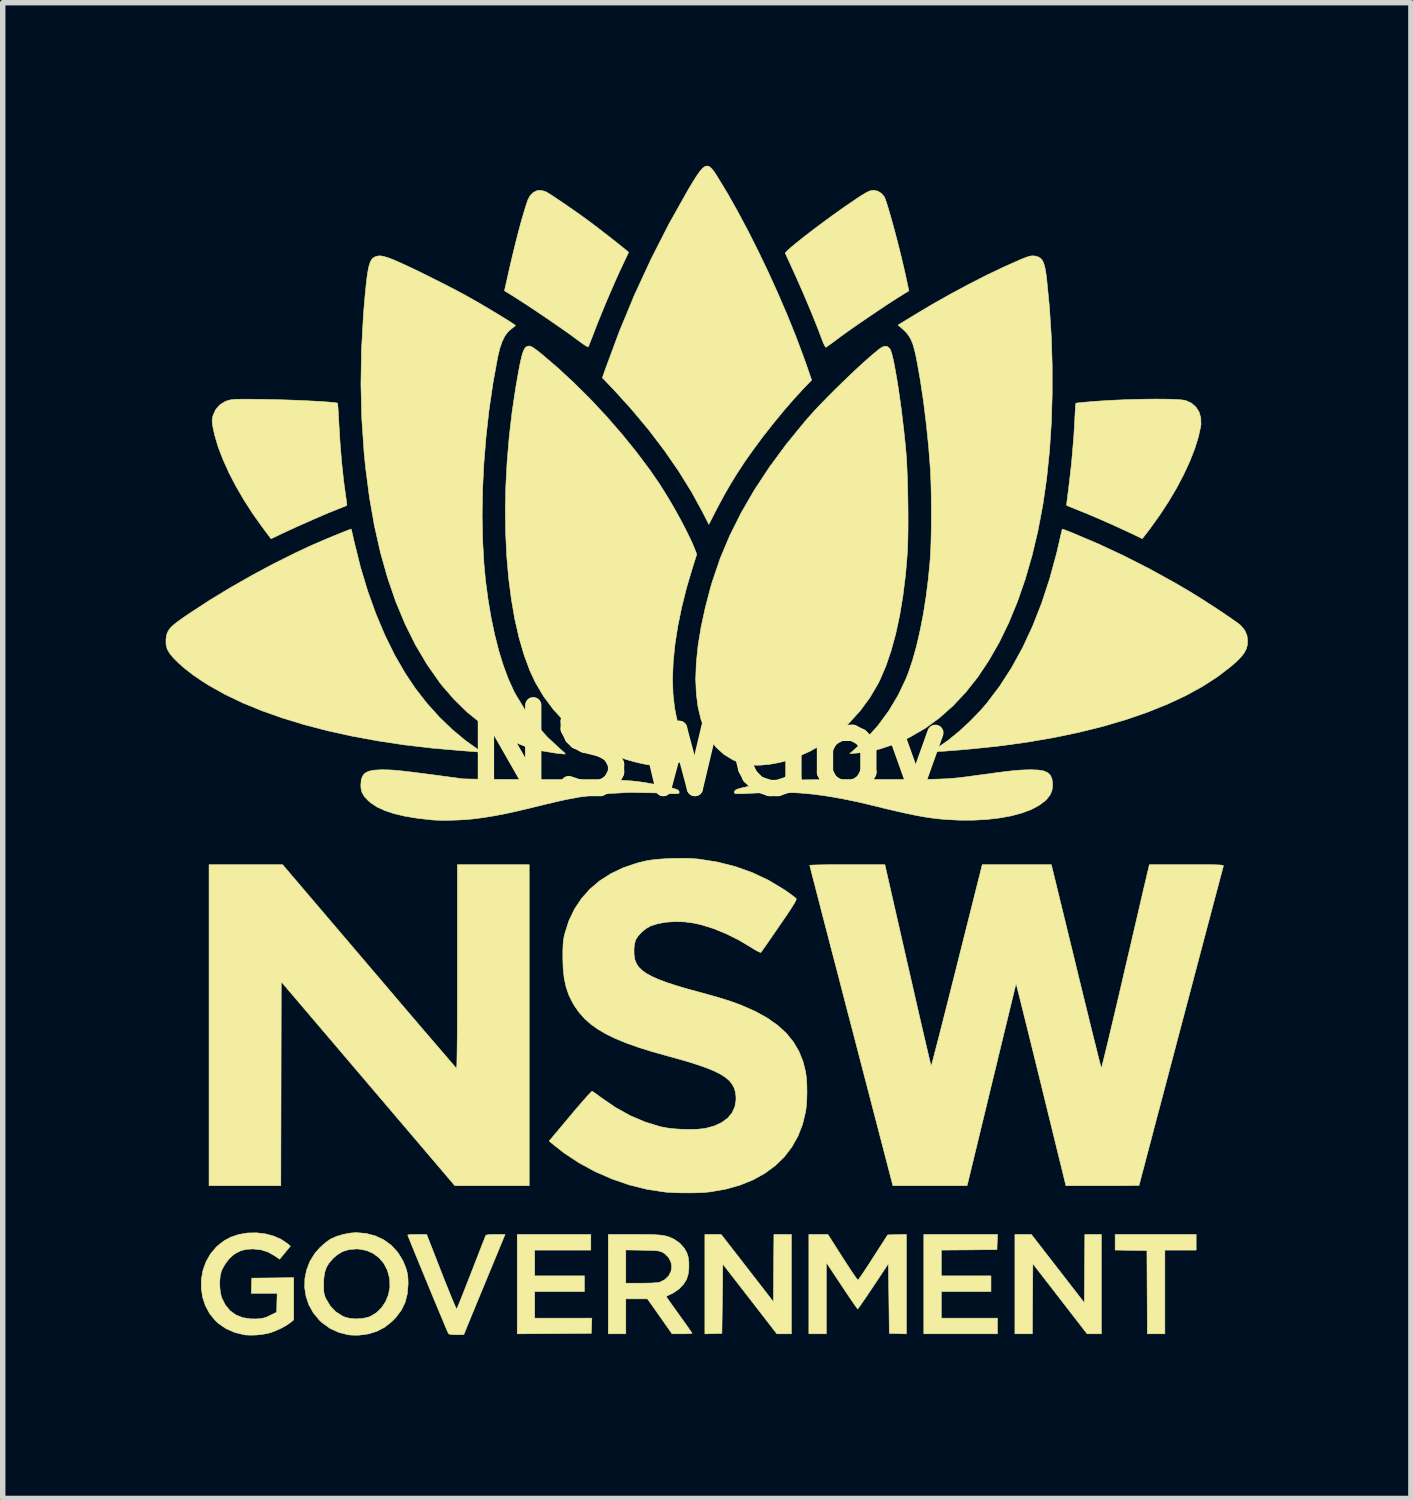
<source format=kicad_pcb>
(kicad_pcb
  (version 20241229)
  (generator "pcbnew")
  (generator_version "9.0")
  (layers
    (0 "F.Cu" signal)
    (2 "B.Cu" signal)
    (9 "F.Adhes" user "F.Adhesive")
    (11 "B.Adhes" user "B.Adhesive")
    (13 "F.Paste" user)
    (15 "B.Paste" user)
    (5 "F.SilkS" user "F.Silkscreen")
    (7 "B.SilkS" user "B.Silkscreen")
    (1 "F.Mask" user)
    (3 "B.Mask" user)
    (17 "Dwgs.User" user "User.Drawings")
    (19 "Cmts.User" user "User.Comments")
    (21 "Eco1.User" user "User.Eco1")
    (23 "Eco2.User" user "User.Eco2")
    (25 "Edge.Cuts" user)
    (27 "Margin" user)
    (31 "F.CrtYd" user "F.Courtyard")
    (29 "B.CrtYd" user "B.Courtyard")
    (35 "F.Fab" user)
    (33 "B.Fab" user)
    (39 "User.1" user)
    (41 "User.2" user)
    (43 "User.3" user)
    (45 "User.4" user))
  (footprint "NSWGov"
    (layer "F.Cu")
    (at 9.959 10.766)
    (property "Reference" "NSWGov" (at 0 0 0) (layer "F.SilkS") (effects (font (size 1.524 1.524) (thickness 0.3))))
    (attr through_hole)
    (fp_poly (pts (xy 9.009 9.195) (xy 8.433 9.195) (xy 8.433 10.736) (xy 8.111 10.736) (xy 8.107 9.97) (xy 8.103 9.203) (xy 7.811 9.199) (xy 7.518 9.194) (xy 7.518 8.907) (xy 9.009 8.907) (xy 9.009 9.195)) (stroke (width 0.01) (type solid)) (fill yes) (layer "F.SilkS"))
    (fp_poly (pts (xy -2.134 9.195) (xy -3.167 9.195) (xy -3.167 9.669) (xy -2.252 9.669) (xy -2.252 9.957) (xy -3.167 9.957) (xy -3.167 10.448) (xy -2.115 10.448) (xy -2.125 10.727) (xy -2.807 10.732) (xy -3.488 10.736) (xy -3.488 8.907) (xy -2.134 8.907) (xy -2.134 9.195)) (stroke (width 0.01) (type solid)) (fill yes) (layer "F.SilkS"))
    (fp_poly (pts (xy 5.342 9.186) (xy 4.83 9.191) (xy 4.318 9.195) (xy 4.318 9.669) (xy 5.232 9.669) (xy 5.232 9.957) (xy 4.318 9.957) (xy 4.318 10.448) (xy 5.351 10.448) (xy 5.351 10.736) (xy 3.996 10.736) (xy 3.996 8.907) (xy 5.352 8.907) (xy 5.342 9.186)) (stroke (width 0.01) (type solid)) (fill yes) (layer "F.SilkS"))
    (fp_poly (pts (xy 6.463 9.536) (xy 6.951 10.166) (xy 6.956 9.536) (xy 6.96 8.907) (xy 7.264 8.907) (xy 7.264 10.736) (xy 7.002 10.736) (xy 6.502 10.09) (xy 6.003 9.445) (xy 5.998 10.09) (xy 5.994 10.736) (xy 5.673 10.736) (xy 5.673 8.907) (xy 5.975 8.907) (xy 6.463 9.536)) (stroke (width 0.01) (type solid)) (fill yes) (layer "F.SilkS"))
    (fp_poly (pts (xy 0.747 9.527) (xy 1.228 10.148) (xy 1.232 9.527) (xy 1.237 8.907) (xy 1.558 8.907) (xy 1.558 10.736) (xy 1.291 10.736) (xy 0.794 10.094) (xy 0.296 9.452) (xy 0.288 10.089) (xy 0.279 10.727) (xy 0.123 10.732) (xy -0.034 10.737) (xy -0.034 8.907) (xy 0.265 8.907) (xy 0.747 9.527)) (stroke (width 0.01) (type solid)) (fill yes) (layer "F.SilkS"))
    (fp_poly (pts (xy -6.215 3.97) (xy -6.029 4.188) (xy -5.85 4.398) (xy -5.678 4.601) (xy -5.514 4.793) (xy -5.359 4.974) (xy -5.216 5.142) (xy -5.084 5.295) (xy -4.966 5.433) (xy -4.862 5.554) (xy -4.774 5.656) (xy -4.704 5.739) (xy -4.651 5.799) (xy -4.618 5.837) (xy -4.606 5.851) (xy -4.603 5.836) (xy -4.6 5.787) (xy -4.598 5.706) (xy -4.596 5.592) (xy -4.594 5.446) (xy -4.592 5.268) (xy -4.591 5.059) (xy -4.59 4.82) (xy -4.589 4.55) (xy -4.589 4.251) (xy -4.589 3.98) (xy -4.589 2.1) (xy -3.268 2.1) (xy -3.268 8.009) (xy -4.636 8.009) (xy -6.234 6.132) (xy -7.832 4.255) (xy -7.836 6.132) (xy -7.84 8.009) (xy -9.161 8.009) (xy -9.161 2.1) (xy -7.808 2.1) (xy -6.215 3.97)) (stroke (width 0.01) (type solid)) (fill yes) (layer "F.SilkS"))
    (fp_poly (pts (xy 3.675 10.737) (xy 3.518 10.732) (xy 3.361 10.727) (xy 3.353 10.086) (xy 3.344 9.444) (xy 3.067 9.861) (xy 2.996 9.966) (xy 2.932 10.062) (xy 2.875 10.144) (xy 2.83 10.21) (xy 2.797 10.255) (xy 2.78 10.277) (xy 2.779 10.278) (xy 2.767 10.264) (xy 2.739 10.226) (xy 2.698 10.166) (xy 2.644 10.088) (xy 2.582 9.996) (xy 2.513 9.893) (xy 2.485 9.851) (xy 2.201 9.423) (xy 2.201 10.08) (xy 2.201 10.736) (xy 1.88 10.736) (xy 1.88 8.907) (xy 2.23 8.907) (xy 2.499 9.329) (xy 2.568 9.436) (xy 2.631 9.532) (xy 2.686 9.615) (xy 2.731 9.681) (xy 2.764 9.726) (xy 2.782 9.747) (xy 2.784 9.748) (xy 2.797 9.733) (xy 2.825 9.693) (xy 2.867 9.632) (xy 2.92 9.553) (xy 2.981 9.46) (xy 3.048 9.356) (xy 3.065 9.329) (xy 3.332 8.915) (xy 3.503 8.911) (xy 3.675 8.906) (xy 3.675 10.737)) (stroke (width 0.01) (type solid)) (fill yes) (layer "F.SilkS"))
    (fp_poly (pts (xy 0.051 -10.747) (xy 0.092 -10.711) (xy 0.137 -10.654) (xy 0.187 -10.578) (xy 0.191 -10.571) (xy 0.379 -10.262) (xy 0.569 -9.924) (xy 0.761 -9.564) (xy 0.95 -9.188) (xy 1.136 -8.8) (xy 1.314 -8.407) (xy 1.483 -8.014) (xy 1.64 -7.626) (xy 1.781 -7.249) (xy 1.844 -7.072) (xy 1.931 -6.82) (xy 1.783 -6.666) (xy 1.601 -6.468) (xy 1.411 -6.248) (xy 1.219 -6.014) (xy 1.032 -5.776) (xy 0.857 -5.54) (xy 0.699 -5.316) (xy 0.681 -5.288) (xy 0.549 -5.087) (xy 0.433 -4.898) (xy 0.324 -4.708) (xy 0.214 -4.504) (xy 0.185 -4.448) (xy 0.039 -4.164) (xy -0.071 -4.381) (xy -0.277 -4.758) (xy -0.514 -5.14) (xy -0.778 -5.523) (xy -1.069 -5.905) (xy -1.383 -6.281) (xy -1.718 -6.65) (xy -1.745 -6.678) (xy -1.921 -6.862) (xy -1.864 -7.025) (xy -1.611 -7.708) (xy -1.331 -8.384) (xy -1.025 -9.046) (xy -0.697 -9.69) (xy -0.349 -10.31) (xy -0.343 -10.321) (xy -0.258 -10.462) (xy -0.187 -10.575) (xy -0.127 -10.66) (xy -0.076 -10.719) (xy -0.031 -10.752) (xy 0.011 -10.761) (xy 0.051 -10.747)) (stroke (width 0.01) (type solid)) (fill yes) (layer "F.SilkS"))
    (fp_poly (pts (xy 8.4 -6.469) (xy 8.538 -6.467) (xy 8.655 -6.462) (xy 8.746 -6.455) (xy 8.809 -6.445) (xy 8.821 -6.442) (xy 8.923 -6.395) (xy 9.004 -6.324) (xy 9.062 -6.234) (xy 9.094 -6.127) (xy 9.098 -6.008) (xy 9.094 -5.973) (xy 9.05 -5.772) (xy 8.982 -5.554) (xy 8.891 -5.322) (xy 8.779 -5.08) (xy 8.648 -4.831) (xy 8.499 -4.579) (xy 8.334 -4.328) (xy 8.156 -4.08) (xy 8.104 -4.012) (xy 8.017 -3.901) (xy 7.806 -4.002) (xy 7.544 -4.123) (xy 7.282 -4.24) (xy 7.03 -4.348) (xy 6.875 -4.411) (xy 6.791 -4.445) (xy 6.718 -4.475) (xy 6.663 -4.497) (xy 6.631 -4.511) (xy 6.625 -4.513) (xy 6.625 -4.53) (xy 6.63 -4.576) (xy 6.638 -4.644) (xy 6.649 -4.73) (xy 6.662 -4.828) (xy 6.662 -4.828) (xy 6.715 -5.286) (xy 6.756 -5.768) (xy 6.773 -6.06) (xy 6.778 -6.162) (xy 6.783 -6.251) (xy 6.788 -6.323) (xy 6.792 -6.372) (xy 6.794 -6.393) (xy 6.794 -6.393) (xy 6.812 -6.397) (xy 6.857 -6.402) (xy 6.922 -6.409) (xy 7 -6.416) (xy 7.002 -6.416) (xy 7.169 -6.43) (xy 7.346 -6.441) (xy 7.529 -6.451) (xy 7.714 -6.459) (xy 7.898 -6.464) (xy 8.076 -6.468) (xy 8.245 -6.47) (xy 8.4 -6.469)) (stroke (width 0.01) (type solid)) (fill yes) (layer "F.SilkS"))
    (fp_poly (pts (xy -8.409 -6.468) (xy -8.278 -6.466) (xy -8.118 -6.464) (xy -8.086 -6.463) (xy -7.941 -6.46) (xy -7.789 -6.456) (xy -7.636 -6.451) (xy -7.484 -6.445) (xy -7.338 -6.438) (xy -7.202 -6.431) (xy -7.079 -6.424) (xy -6.973 -6.416) (xy -6.888 -6.409) (xy -6.829 -6.402) (xy -6.798 -6.396) (xy -6.795 -6.395) (xy -6.793 -6.377) (xy -6.789 -6.33) (xy -6.784 -6.26) (xy -6.779 -6.171) (xy -6.774 -6.07) (xy -6.773 -6.052) (xy -6.749 -5.658) (xy -6.719 -5.293) (xy -6.682 -4.951) (xy -6.645 -4.684) (xy -6.635 -4.613) (xy -6.628 -4.556) (xy -6.625 -4.521) (xy -6.625 -4.513) (xy -6.641 -4.505) (xy -6.683 -4.488) (xy -6.745 -4.463) (xy -6.82 -4.433) (xy -6.833 -4.428) (xy -6.945 -4.383) (xy -7.08 -4.326) (xy -7.231 -4.26) (xy -7.39 -4.19) (xy -7.55 -4.119) (xy -7.703 -4.049) (xy -7.824 -3.992) (xy -8.02 -3.899) (xy -8.177 -4.109) (xy -8.355 -4.358) (xy -8.518 -4.612) (xy -8.666 -4.866) (xy -8.796 -5.117) (xy -8.905 -5.36) (xy -8.994 -5.592) (xy -9.058 -5.809) (xy -9.085 -5.931) (xy -9.098 -6.005) (xy -9.103 -6.058) (xy -9.102 -6.1) (xy -9.094 -6.142) (xy -9.085 -6.174) (xy -9.038 -6.277) (xy -8.965 -6.361) (xy -8.87 -6.422) (xy -8.811 -6.445) (xy -8.782 -6.452) (xy -8.75 -6.458) (xy -8.711 -6.462) (xy -8.661 -6.466) (xy -8.596 -6.467) (xy -8.513 -6.468) (xy -8.409 -6.468)) (stroke (width 0.01) (type solid)) (fill yes) (layer "F.SilkS"))
    (fp_poly (pts (xy -3.02 -10.305) (xy -2.963 -10.287) (xy -2.958 -10.285) (xy -2.918 -10.262) (xy -2.855 -10.222) (xy -2.774 -10.168) (xy -2.68 -10.105) (xy -2.576 -10.034) (xy -2.468 -9.959) (xy -2.361 -9.884) (xy -2.259 -9.811) (xy -2.166 -9.743) (xy -2.151 -9.732) (xy -2.081 -9.679) (xy -2 -9.618) (xy -1.913 -9.55) (xy -1.822 -9.48) (xy -1.733 -9.41) (xy -1.649 -9.344) (xy -1.574 -9.284) (xy -1.511 -9.233) (xy -1.466 -9.196) (xy -1.442 -9.175) (xy -1.439 -9.171) (xy -1.446 -9.155) (xy -1.465 -9.114) (xy -1.494 -9.053) (xy -1.53 -8.977) (xy -1.549 -8.936) (xy -1.618 -8.789) (xy -1.694 -8.619) (xy -1.774 -8.435) (xy -1.856 -8.243) (xy -1.934 -8.054) (xy -2.007 -7.875) (xy -2.066 -7.722) (xy -2.101 -7.63) (xy -2.133 -7.55) (xy -2.158 -7.487) (xy -2.176 -7.445) (xy -2.183 -7.43) (xy -2.199 -7.436) (xy -2.238 -7.459) (xy -2.294 -7.497) (xy -2.363 -7.547) (xy -2.43 -7.597) (xy -2.513 -7.658) (xy -2.619 -7.733) (xy -2.743 -7.819) (xy -2.878 -7.912) (xy -3.02 -8.009) (xy -3.163 -8.105) (xy -3.302 -8.197) (xy -3.43 -8.28) (xy -3.543 -8.353) (xy -3.595 -8.385) (xy -3.723 -8.464) (xy -3.697 -8.58) (xy -3.637 -8.846) (xy -3.578 -9.1) (xy -3.52 -9.338) (xy -3.464 -9.557) (xy -3.411 -9.753) (xy -3.361 -9.924) (xy -3.316 -10.067) (xy -3.292 -10.138) (xy -3.25 -10.215) (xy -3.192 -10.273) (xy -3.123 -10.307) (xy -3.08 -10.312) (xy -3.02 -10.305)) (stroke (width 0.01) (type solid)) (fill yes) (layer "F.SilkS"))
    (fp_poly (pts (xy 6.56 -4.072) (xy 6.601 -4.058) (xy 6.661 -4.035) (xy 6.732 -4.006) (xy 7.205 -3.806) (xy 7.686 -3.581) (xy 8.168 -3.335) (xy 8.642 -3.073) (xy 8.865 -2.942) (xy 8.969 -2.879) (xy 9.083 -2.808) (xy 9.203 -2.731) (xy 9.324 -2.653) (xy 9.442 -2.575) (xy 9.552 -2.501) (xy 9.651 -2.434) (xy 9.733 -2.376) (xy 9.795 -2.331) (xy 9.828 -2.304) (xy 9.902 -2.216) (xy 9.945 -2.116) (xy 9.956 -2.019) (xy 9.951 -1.941) (xy 9.93 -1.868) (xy 9.893 -1.797) (xy 9.835 -1.723) (xy 9.754 -1.641) (xy 9.647 -1.547) (xy 9.399 -1.357) (xy 9.121 -1.178) (xy 8.812 -1.009) (xy 8.474 -0.851) (xy 8.109 -0.705) (xy 7.717 -0.57) (xy 7.3 -0.447) (xy 6.858 -0.337) (xy 6.394 -0.24) (xy 5.907 -0.156) (xy 5.461 -0.094) (xy 5.341 -0.079) (xy 5.207 -0.065) (xy 5.063 -0.05) (xy 4.914 -0.035) (xy 4.767 -0.021) (xy 4.626 -0.009) (xy 4.497 0.001) (xy 4.386 0.01) (xy 4.297 0.015) (xy 4.236 0.017) (xy 4.235 0.017) (xy 4.143 0.017) (xy 4.251 -0.053) (xy 4.448 -0.191) (xy 4.648 -0.355) (xy 4.845 -0.536) (xy 5.031 -0.728) (xy 5.156 -0.872) (xy 5.393 -1.185) (xy 5.613 -1.527) (xy 5.816 -1.896) (xy 6 -2.293) (xy 6.166 -2.715) (xy 6.313 -3.164) (xy 6.442 -3.637) (xy 6.486 -3.828) (xy 6.506 -3.914) (xy 6.523 -3.987) (xy 6.536 -4.042) (xy 6.543 -4.073) (xy 6.544 -4.077) (xy 6.56 -4.072)) (stroke (width 0.01) (type solid)) (fill yes) (layer "F.SilkS"))
    (fp_poly (pts (xy -4.885 9.6) (xy -4.829 9.744) (xy -4.775 9.877) (xy -4.727 9.997) (xy -4.685 10.1) (xy -4.65 10.183) (xy -4.624 10.242) (xy -4.607 10.276) (xy -4.603 10.282) (xy -4.594 10.264) (xy -4.575 10.218) (xy -4.546 10.147) (xy -4.509 10.054) (xy -4.465 9.944) (xy -4.416 9.818) (xy -4.362 9.681) (xy -4.334 9.61) (xy -4.279 9.468) (xy -4.227 9.335) (xy -4.181 9.216) (xy -4.141 9.112) (xy -4.108 9.029) (xy -4.084 8.968) (xy -4.071 8.934) (xy -4.069 8.928) (xy -4.052 8.917) (xy -4.009 8.911) (xy -3.938 8.907) (xy -3.886 8.907) (xy -3.712 8.907) (xy -4.091 9.825) (xy -4.16 9.991) (xy -4.225 10.148) (xy -4.284 10.293) (xy -4.338 10.422) (xy -4.383 10.534) (xy -4.421 10.625) (xy -4.448 10.693) (xy -4.465 10.735) (xy -4.47 10.748) (xy -4.486 10.75) (xy -4.527 10.752) (xy -4.586 10.753) (xy -4.604 10.753) (xy -4.685 10.75) (xy -4.736 10.741) (xy -4.753 10.732) (xy -4.762 10.713) (xy -4.783 10.667) (xy -4.813 10.596) (xy -4.851 10.504) (xy -4.897 10.395) (xy -4.949 10.271) (xy -5.005 10.137) (xy -5.064 9.995) (xy -5.124 9.849) (xy -5.184 9.703) (xy -5.243 9.56) (xy -5.3 9.422) (xy -5.352 9.295) (xy -5.399 9.18) (xy -5.439 9.082) (xy -5.47 9.004) (xy -5.492 8.949) (xy -5.503 8.92) (xy -5.503 8.917) (xy -5.488 8.913) (xy -5.445 8.91) (xy -5.383 8.907) (xy -5.33 8.907) (xy -5.156 8.907) (xy -4.885 9.6)) (stroke (width 0.01) (type solid)) (fill yes) (layer "F.SilkS"))
    (fp_poly (pts (xy 3.15 -10.297) (xy 3.215 -10.256) (xy 3.266 -10.198) (xy 3.27 -10.19) (xy 3.288 -10.148) (xy 3.312 -10.077) (xy 3.342 -9.981) (xy 3.376 -9.865) (xy 3.413 -9.733) (xy 3.453 -9.589) (xy 3.493 -9.436) (xy 3.533 -9.28) (xy 3.572 -9.124) (xy 3.608 -8.973) (xy 3.641 -8.831) (xy 3.664 -8.728) (xy 3.721 -8.462) (xy 3.62 -8.401) (xy 3.529 -8.344) (xy 3.417 -8.272) (xy 3.289 -8.189) (xy 3.152 -8.097) (xy 3.01 -8.002) (xy 2.87 -7.906) (xy 2.737 -7.815) (xy 2.618 -7.731) (xy 2.517 -7.659) (xy 2.464 -7.62) (xy 2.383 -7.56) (xy 2.311 -7.506) (xy 2.252 -7.464) (xy 2.211 -7.435) (xy 2.193 -7.423) (xy 2.181 -7.436) (xy 2.161 -7.474) (xy 2.135 -7.532) (xy 2.11 -7.599) (xy 2.058 -7.737) (xy 1.994 -7.898) (xy 1.922 -8.075) (xy 1.845 -8.26) (xy 1.765 -8.447) (xy 1.686 -8.627) (xy 1.611 -8.794) (xy 1.61 -8.797) (xy 1.564 -8.897) (xy 1.523 -8.987) (xy 1.488 -9.062) (xy 1.463 -9.118) (xy 1.448 -9.149) (xy 1.446 -9.154) (xy 1.455 -9.172) (xy 1.49 -9.207) (xy 1.546 -9.258) (xy 1.622 -9.321) (xy 1.713 -9.395) (xy 1.818 -9.478) (xy 1.934 -9.567) (xy 2.057 -9.66) (xy 2.185 -9.755) (xy 2.315 -9.85) (xy 2.444 -9.942) (xy 2.569 -10.03) (xy 2.642 -10.079) (xy 2.75 -10.153) (xy 2.835 -10.209) (xy 2.901 -10.25) (xy 2.952 -10.279) (xy 2.991 -10.297) (xy 3.024 -10.307) (xy 3.055 -10.312) (xy 3.08 -10.312) (xy 3.15 -10.297)) (stroke (width 0.01) (type solid)) (fill yes) (layer "F.SilkS"))
    (fp_poly (pts (xy -8.125 8.896) (xy -7.971 8.937) (xy -7.832 8.998) (xy -7.723 9.073) (xy -7.664 9.122) (xy -7.763 9.242) (xy -7.862 9.362) (xy -7.944 9.305) (xy -8.074 9.231) (xy -8.208 9.188) (xy -8.355 9.174) (xy -8.357 9.174) (xy -8.474 9.181) (xy -8.572 9.205) (xy -8.663 9.249) (xy -8.713 9.282) (xy -8.787 9.349) (xy -8.857 9.439) (xy -8.915 9.538) (xy -8.935 9.584) (xy -8.955 9.665) (xy -8.964 9.767) (xy -8.963 9.875) (xy -8.952 9.98) (xy -8.93 10.067) (xy -8.927 10.076) (xy -8.86 10.208) (xy -8.773 10.312) (xy -8.666 10.389) (xy -8.54 10.439) (xy -8.393 10.461) (xy -8.297 10.462) (xy -8.216 10.456) (xy -8.154 10.445) (xy -8.097 10.426) (xy -8.033 10.396) (xy -7.916 10.338) (xy -7.912 10.164) (xy -7.907 9.991) (xy -8.383 9.991) (xy -8.374 9.711) (xy -7.988 9.707) (xy -7.603 9.702) (xy -7.603 10.479) (xy -7.666 10.531) (xy -7.737 10.58) (xy -7.829 10.631) (xy -7.93 10.677) (xy -8.028 10.714) (xy -8.069 10.725) (xy -8.173 10.745) (xy -8.288 10.758) (xy -8.401 10.761) (xy -8.497 10.756) (xy -8.509 10.754) (xy -8.69 10.71) (xy -8.851 10.639) (xy -8.991 10.542) (xy -9.047 10.49) (xy -9.152 10.36) (xy -9.229 10.215) (xy -9.28 10.059) (xy -9.304 9.896) (xy -9.302 9.731) (xy -9.273 9.569) (xy -9.218 9.414) (xy -9.137 9.27) (xy -9.03 9.142) (xy -8.992 9.107) (xy -8.879 9.02) (xy -8.761 8.957) (xy -8.625 8.911) (xy -8.609 8.907) (xy -8.451 8.88) (xy -8.287 8.877) (xy -8.125 8.896)) (stroke (width 0.01) (type solid)) (fill yes) (layer "F.SilkS"))
    (fp_poly (pts (xy -1.333 8.907) (xy -1.178 8.908) (xy -1.051 8.909) (xy -0.95 8.912) (xy -0.868 8.918) (xy -0.801 8.926) (xy -0.746 8.937) (xy -0.696 8.953) (xy -0.648 8.973) (xy -0.6 8.996) (xy -0.496 9.068) (xy -0.411 9.164) (xy -0.366 9.245) (xy -0.341 9.326) (xy -0.329 9.427) (xy -0.329 9.535) (xy -0.342 9.638) (xy -0.368 9.725) (xy -0.37 9.732) (xy -0.43 9.827) (xy -0.514 9.914) (xy -0.617 9.984) (xy -0.653 10.002) (xy -0.702 10.025) (xy -0.735 10.043) (xy -0.745 10.051) (xy -0.736 10.066) (xy -0.709 10.105) (xy -0.668 10.163) (xy -0.615 10.238) (xy -0.553 10.324) (xy -0.508 10.387) (xy -0.442 10.479) (xy -0.383 10.562) (xy -0.333 10.632) (xy -0.297 10.685) (xy -0.275 10.718) (xy -0.271 10.726) (xy -0.287 10.73) (xy -0.329 10.733) (xy -0.392 10.735) (xy -0.455 10.736) (xy -0.638 10.736) (xy -0.864 10.414) (xy -1.091 10.092) (xy -1.49 10.092) (xy -1.49 10.736) (xy -1.812 10.736) (xy -1.812 9.804) (xy -1.49 9.804) (xy -1.205 9.804) (xy -1.091 9.803) (xy -0.994 9.8) (xy -0.918 9.794) (xy -0.87 9.787) (xy -0.862 9.785) (xy -0.77 9.738) (xy -0.7 9.67) (xy -0.657 9.585) (xy -0.644 9.499) (xy -0.659 9.414) (xy -0.701 9.333) (xy -0.764 9.267) (xy -0.796 9.246) (xy -0.825 9.23) (xy -0.853 9.219) (xy -0.887 9.211) (xy -0.931 9.206) (xy -0.993 9.202) (xy -1.077 9.2) (xy -1.181 9.197) (xy -1.49 9.192) (xy -1.49 9.804) (xy -1.812 9.804) (xy -1.812 8.907) (xy -1.333 8.907)) (stroke (width 0.01) (type solid)) (fill yes) (layer "F.SilkS"))
    (fp_poly (pts (xy -6.544 -4.077) (xy -6.54 -4.06) (xy -6.529 -4.015) (xy -6.514 -3.95) (xy -6.496 -3.869) (xy -6.486 -3.828) (xy -6.373 -3.373) (xy -6.241 -2.936) (xy -6.091 -2.519) (xy -5.925 -2.125) (xy -5.744 -1.757) (xy -5.551 -1.423) (xy -5.361 -1.14) (xy -5.151 -0.87) (xy -4.924 -0.618) (xy -4.686 -0.388) (xy -4.441 -0.184) (xy -4.28 -0.069) (xy -4.211 -0.021) (xy -4.168 0.01) (xy -4.15 0.027) (xy -4.154 0.032) (xy -4.161 0.031) (xy -4.185 0.028) (xy -4.228 0.024) (xy -4.233 0.023) (xy -4.271 0.02) (xy -4.335 0.015) (xy -4.417 0.009) (xy -4.51 0.002) (xy -4.547 -0.001) (xy -5.063 -0.046) (xy -5.566 -0.105) (xy -6.052 -0.178) (xy -6.521 -0.264) (xy -6.971 -0.363) (xy -7.399 -0.474) (xy -7.805 -0.598) (xy -8.186 -0.732) (xy -8.54 -0.877) (xy -8.866 -1.033) (xy -9.162 -1.199) (xy -9.293 -1.282) (xy -9.455 -1.393) (xy -9.597 -1.503) (xy -9.719 -1.608) (xy -9.817 -1.706) (xy -9.889 -1.794) (xy -9.931 -1.868) (xy -9.952 -1.95) (xy -9.954 -2.045) (xy -9.94 -2.135) (xy -9.925 -2.176) (xy -9.904 -2.214) (xy -9.876 -2.253) (xy -9.836 -2.294) (xy -9.78 -2.341) (xy -9.707 -2.396) (xy -9.611 -2.464) (xy -9.506 -2.535) (xy -9.15 -2.767) (xy -8.77 -2.998) (xy -8.375 -3.223) (xy -7.976 -3.437) (xy -7.581 -3.634) (xy -7.314 -3.76) (xy -7.243 -3.791) (xy -7.157 -3.828) (xy -7.062 -3.869) (xy -6.963 -3.911) (xy -6.864 -3.952) (xy -6.77 -3.99) (xy -6.686 -4.024) (xy -6.618 -4.051) (xy -6.569 -4.069) (xy -6.546 -4.077) (xy -6.544 -4.077)) (stroke (width 0.01) (type solid)) (fill yes) (layer "F.SilkS"))
    (fp_poly (pts (xy -3.254 -7.445) (xy -3.22 -7.432) (xy -3.175 -7.403) (xy -3.114 -7.358) (xy -3.039 -7.298) (xy -2.738 -7.041) (xy -2.434 -6.759) (xy -2.131 -6.457) (xy -1.836 -6.141) (xy -1.553 -5.815) (xy -1.288 -5.487) (xy -1.044 -5.161) (xy -0.87 -4.908) (xy -0.775 -4.758) (xy -0.677 -4.597) (xy -0.58 -4.429) (xy -0.487 -4.261) (xy -0.401 -4.097) (xy -0.325 -3.944) (xy -0.261 -3.808) (xy -0.214 -3.693) (xy -0.213 -3.69) (xy -0.184 -3.612) (xy -0.261 -3.369) (xy -0.371 -2.999) (xy -0.461 -2.638) (xy -0.533 -2.288) (xy -0.585 -1.952) (xy -0.617 -1.631) (xy -0.629 -1.329) (xy -0.621 -1.047) (xy -0.592 -0.787) (xy -0.559 -0.617) (xy -0.504 -0.42) (xy -0.433 -0.231) (xy -0.351 -0.06) (xy -0.289 0.044) (xy -0.254 0.096) (xy -0.338 0.142) (xy -0.435 0.191) (xy -0.525 0.224) (xy -0.619 0.246) (xy -0.726 0.258) (xy -0.83 0.263) (xy -0.915 0.265) (xy -0.991 0.265) (xy -1.05 0.263) (xy -1.083 0.261) (xy -1.084 0.261) (xy -1.218 0.234) (xy -1.357 0.2) (xy -1.488 0.162) (xy -1.598 0.125) (xy -1.598 0.125) (xy -1.878 0.000286) (xy -2.143 -0.152) (xy -2.39 -0.331) (xy -2.618 -0.533) (xy -2.823 -0.757) (xy -3.004 -1) (xy -3.157 -1.26) (xy -3.257 -1.475) (xy -3.363 -1.763) (xy -3.455 -2.079) (xy -3.533 -2.421) (xy -3.596 -2.787) (xy -3.646 -3.172) (xy -3.681 -3.577) (xy -3.701 -3.996) (xy -3.707 -4.429) (xy -3.698 -4.872) (xy -3.674 -5.323) (xy -3.635 -5.779) (xy -3.582 -6.238) (xy -3.513 -6.697) (xy -3.461 -6.993) (xy -3.435 -7.126) (xy -3.412 -7.229) (xy -3.391 -7.307) (xy -3.371 -7.363) (xy -3.35 -7.402) (xy -3.327 -7.426) (xy -3.308 -7.438) (xy -3.281 -7.446) (xy -3.254 -7.445)) (stroke (width 0.01) (type solid)) (fill yes) (layer "F.SilkS"))
    (fp_poly (pts (xy -6.268 8.889) (xy -6.097 8.935) (xy -5.942 9.008) (xy -5.805 9.108) (xy -5.69 9.233) (xy -5.597 9.382) (xy -5.543 9.51) (xy -5.521 9.581) (xy -5.507 9.643) (xy -5.5 9.71) (xy -5.497 9.794) (xy -5.497 9.821) (xy -5.511 9.997) (xy -5.551 10.155) (xy -5.62 10.298) (xy -5.72 10.432) (xy -5.797 10.511) (xy -5.931 10.616) (xy -6.075 10.691) (xy -6.235 10.739) (xy -6.392 10.76) (xy -6.469 10.762) (xy -6.546 10.759) (xy -6.597 10.754) (xy -6.773 10.71) (xy -6.933 10.637) (xy -7.076 10.534) (xy -7.13 10.484) (xy -7.241 10.35) (xy -7.323 10.203) (xy -7.376 10.046) (xy -7.401 9.883) (xy -7.399 9.821) (xy -7.052 9.821) (xy -7.051 9.906) (xy -7.048 9.967) (xy -7.039 10.014) (xy -7.024 10.059) (xy -7.008 10.094) (xy -6.93 10.224) (xy -6.831 10.329) (xy -6.711 10.406) (xy -6.65 10.433) (xy -6.559 10.454) (xy -6.451 10.461) (xy -6.34 10.454) (xy -6.238 10.433) (xy -6.193 10.417) (xy -6.08 10.349) (xy -5.985 10.256) (xy -5.91 10.143) (xy -5.858 10.015) (xy -5.832 9.878) (xy -5.835 9.737) (xy -5.839 9.709) (xy -5.878 9.565) (xy -5.943 9.44) (xy -6.032 9.336) (xy -6.14 9.255) (xy -6.266 9.201) (xy -6.405 9.176) (xy -6.452 9.174) (xy -6.587 9.186) (xy -6.704 9.222) (xy -6.808 9.286) (xy -6.876 9.346) (xy -6.949 9.428) (xy -7 9.511) (xy -7.032 9.604) (xy -7.048 9.714) (xy -7.052 9.821) (xy -7.399 9.821) (xy -7.397 9.719) (xy -7.364 9.557) (xy -7.303 9.401) (xy -7.214 9.257) (xy -7.122 9.152) (xy -7.059 9.094) (xy -6.993 9.04) (xy -6.935 8.999) (xy -6.914 8.987) (xy -6.811 8.942) (xy -6.69 8.906) (xy -6.565 8.882) (xy -6.453 8.873) (xy -6.268 8.889)) (stroke (width 0.01) (type solid)) (fill yes) (layer "F.SilkS"))
    (fp_poly (pts (xy 6.046 -9.104) (xy 6.106 -9.085) (xy 6.147 -9.06) (xy 6.18 -9.02) (xy 6.206 -8.961) (xy 6.228 -8.879) (xy 6.246 -8.769) (xy 6.256 -8.694) (xy 6.308 -8.166) (xy 6.342 -7.63) (xy 6.359 -7.091) (xy 6.359 -6.555) (xy 6.343 -6.026) (xy 6.309 -5.511) (xy 6.258 -5.015) (xy 6.19 -4.542) (xy 6.188 -4.53) (xy 6.097 -4.047) (xy 5.988 -3.588) (xy 5.862 -3.152) (xy 5.719 -2.74) (xy 5.56 -2.354) (xy 5.385 -1.994) (xy 5.194 -1.66) (xy 4.989 -1.353) (xy 4.768 -1.074) (xy 4.533 -0.824) (xy 4.284 -0.603) (xy 4.022 -0.411) (xy 3.746 -0.251) (xy 3.725 -0.24) (xy 3.458 -0.12) (xy 3.198 -0.032) (xy 2.945 0.024) (xy 2.769 0.045) (xy 2.633 0.055) (xy 2.701 -0.002) (xy 2.939 -0.221) (xy 3.157 -0.466) (xy 3.352 -0.732) (xy 3.522 -1.016) (xy 3.664 -1.313) (xy 3.715 -1.442) (xy 3.792 -1.672) (xy 3.864 -1.932) (xy 3.929 -2.215) (xy 3.988 -2.517) (xy 4.038 -2.833) (xy 4.079 -3.16) (xy 4.111 -3.49) (xy 4.116 -3.556) (xy 4.122 -3.677) (xy 4.128 -3.825) (xy 4.132 -3.994) (xy 4.134 -4.176) (xy 4.135 -4.367) (xy 4.134 -4.558) (xy 4.132 -4.743) (xy 4.128 -4.916) (xy 4.122 -5.07) (xy 4.116 -5.19) (xy 4.084 -5.6) (xy 4.041 -6.017) (xy 3.99 -6.43) (xy 3.93 -6.829) (xy 3.877 -7.128) (xy 3.848 -7.277) (xy 3.819 -7.398) (xy 3.79 -7.495) (xy 3.756 -7.573) (xy 3.718 -7.639) (xy 3.672 -7.697) (xy 3.615 -7.752) (xy 3.607 -7.759) (xy 3.522 -7.833) (xy 3.839 -8.027) (xy 4.162 -8.219) (xy 4.493 -8.406) (xy 4.826 -8.584) (xy 5.155 -8.752) (xy 5.474 -8.904) (xy 5.774 -9.037) (xy 5.832 -9.061) (xy 5.918 -9.093) (xy 5.986 -9.107) (xy 6.046 -9.104)) (stroke (width 0.01) (type solid)) (fill yes) (layer "F.SilkS"))
    (fp_poly (pts (xy 3.321 -7.44) (xy 3.364 -7.405) (xy 3.379 -7.381) (xy 3.399 -7.33) (xy 3.421 -7.248) (xy 3.445 -7.14) (xy 3.47 -7.007) (xy 3.497 -6.854) (xy 3.524 -6.684) (xy 3.551 -6.501) (xy 3.578 -6.306) (xy 3.603 -6.105) (xy 3.627 -5.9) (xy 3.649 -5.694) (xy 3.667 -5.502) (xy 3.677 -5.374) (xy 3.685 -5.219) (xy 3.692 -5.043) (xy 3.698 -4.852) (xy 3.702 -4.652) (xy 3.705 -4.45) (xy 3.706 -4.252) (xy 3.705 -4.064) (xy 3.702 -3.892) (xy 3.698 -3.743) (xy 3.693 -3.64) (xy 3.659 -3.232) (xy 3.611 -2.846) (xy 3.551 -2.483) (xy 3.478 -2.146) (xy 3.393 -1.835) (xy 3.297 -1.553) (xy 3.188 -1.3) (xy 3.156 -1.235) (xy 3.005 -0.978) (xy 2.828 -0.737) (xy 2.627 -0.515) (xy 2.405 -0.316) (xy 2.164 -0.14) (xy 1.908 0.009) (xy 1.641 0.128) (xy 1.525 0.169) (xy 1.344 0.219) (xy 1.159 0.253) (xy 0.98 0.269) (xy 0.814 0.268) (xy 0.694 0.253) (xy 0.644 0.238) (xy 0.576 0.212) (xy 0.502 0.18) (xy 0.475 0.167) (xy 0.318 0.071) (xy 0.181 -0.052) (xy 0.064 -0.201) (xy -0.032 -0.376) (xy -0.106 -0.576) (xy -0.16 -0.801) (xy -0.192 -1.051) (xy -0.203 -1.315) (xy -0.192 -1.614) (xy -0.159 -1.936) (xy -0.103 -2.276) (xy -0.026 -2.633) (xy 0.071 -3.004) (xy 0.104 -3.114) (xy 0.247 -3.535) (xy 0.424 -3.956) (xy 0.635 -4.378) (xy 0.878 -4.798) (xy 1.155 -5.218) (xy 1.464 -5.637) (xy 1.805 -6.054) (xy 1.886 -6.147) (xy 1.981 -6.253) (xy 2.092 -6.371) (xy 2.215 -6.497) (xy 2.346 -6.629) (xy 2.481 -6.761) (xy 2.617 -6.892) (xy 2.749 -7.017) (xy 2.875 -7.133) (xy 2.991 -7.236) (xy 3.093 -7.323) (xy 3.176 -7.39) (xy 3.207 -7.413) (xy 3.268 -7.443) (xy 3.321 -7.44)) (stroke (width 0.01) (type solid)) (fill yes) (layer "F.SilkS"))
    (fp_poly (pts (xy 6.101 0.358) (xy 6.201 0.374) (xy 6.274 0.405) (xy 6.324 0.452) (xy 6.354 0.517) (xy 6.366 0.602) (xy 6.367 0.634) (xy 6.356 0.73) (xy 6.322 0.814) (xy 6.26 0.894) (xy 6.226 0.927) (xy 6.113 1.011) (xy 5.971 1.086) (xy 5.802 1.149) (xy 5.609 1.201) (xy 5.396 1.24) (xy 5.165 1.267) (xy 4.92 1.281) (xy 4.662 1.282) (xy 4.404 1.269) (xy 4.273 1.257) (xy 4.14 1.241) (xy 4.001 1.22) (xy 3.85 1.193) (xy 3.685 1.159) (xy 3.499 1.117) (xy 3.289 1.068) (xy 3.116 1.025) (xy 2.797 0.949) (xy 2.504 0.888) (xy 2.23 0.84) (xy 1.97 0.804) (xy 1.718 0.781) (xy 1.469 0.769) (xy 1.217 0.769) (xy 0.969 0.778) (xy 0.831 0.785) (xy 0.724 0.79) (xy 0.644 0.794) (xy 0.586 0.795) (xy 0.547 0.794) (xy 0.524 0.79) (xy 0.512 0.784) (xy 0.509 0.775) (xy 0.51 0.763) (xy 0.511 0.758) (xy 0.518 0.738) (xy 0.537 0.723) (xy 0.574 0.707) (xy 0.635 0.69) (xy 0.664 0.683) (xy 0.769 0.659) (xy 0.9 0.634) (xy 1.049 0.608) (xy 1.21 0.583) (xy 1.375 0.56) (xy 1.414 0.555) (xy 1.458 0.551) (xy 1.522 0.547) (xy 1.605 0.544) (xy 1.71 0.541) (xy 1.839 0.538) (xy 1.993 0.537) (xy 2.173 0.535) (xy 2.382 0.534) (xy 2.621 0.533) (xy 2.892 0.533) (xy 2.997 0.533) (xy 3.247 0.532) (xy 3.465 0.532) (xy 3.656 0.532) (xy 3.822 0.532) (xy 3.966 0.531) (xy 4.092 0.529) (xy 4.203 0.527) (xy 4.3 0.524) (xy 4.389 0.52) (xy 4.47 0.515) (xy 4.549 0.509) (xy 4.627 0.501) (xy 4.708 0.492) (xy 4.795 0.481) (xy 4.89 0.468) (xy 4.998 0.453) (xy 5.12 0.437) (xy 5.156 0.432) (xy 5.324 0.409) (xy 5.464 0.391) (xy 5.581 0.377) (xy 5.68 0.367) (xy 5.766 0.36) (xy 5.845 0.356) (xy 5.922 0.354) (xy 5.971 0.353) (xy 6.101 0.358)) (stroke (width 0.01) (type solid)) (fill yes) (layer "F.SilkS"))
    (fp_poly (pts (xy -5.921 0.354) (xy -5.871 0.355) (xy -5.818 0.357) (xy -5.761 0.361) (xy -5.696 0.367) (xy -5.621 0.374) (xy -5.532 0.384) (xy -5.428 0.396) (xy -5.304 0.412) (xy -5.159 0.431) (xy -4.989 0.453) (xy -4.792 0.479) (xy -4.565 0.51) (xy -4.496 0.519) (xy -4.463 0.521) (xy -4.4 0.523) (xy -4.308 0.525) (xy -4.19 0.527) (xy -4.05 0.528) (xy -3.889 0.53) (xy -3.711 0.531) (xy -3.518 0.532) (xy -3.313 0.533) (xy -3.098 0.533) (xy -2.989 0.533) (xy -2.72 0.533) (xy -2.482 0.533) (xy -2.273 0.534) (xy -2.089 0.535) (xy -1.928 0.537) (xy -1.787 0.54) (xy -1.663 0.543) (xy -1.554 0.548) (xy -1.456 0.553) (xy -1.368 0.56) (xy -1.285 0.569) (xy -1.206 0.579) (xy -1.128 0.591) (xy -1.048 0.605) (xy -0.962 0.621) (xy -0.869 0.639) (xy -0.844 0.644) (xy -0.728 0.668) (xy -0.64 0.688) (xy -0.579 0.706) (xy -0.539 0.722) (xy -0.517 0.739) (xy -0.508 0.758) (xy -0.508 0.765) (xy -0.508 0.776) (xy -0.512 0.784) (xy -0.524 0.79) (xy -0.546 0.794) (xy -0.583 0.795) (xy -0.638 0.794) (xy -0.716 0.791) (xy -0.82 0.785) (xy -0.953 0.778) (xy -0.967 0.778) (xy -1.421 0.77) (xy -1.877 0.795) (xy -2.33 0.853) (xy -2.578 0.899) (xy -2.641 0.913) (xy -2.731 0.933) (xy -2.841 0.959) (xy -2.965 0.988) (xy -3.096 1.02) (xy -3.224 1.051) (xy -3.483 1.113) (xy -3.716 1.164) (xy -3.927 1.204) (xy -4.12 1.235) (xy -4.301 1.258) (xy -4.426 1.27) (xy -4.549 1.277) (xy -4.682 1.282) (xy -4.814 1.284) (xy -4.935 1.283) (xy -5.036 1.278) (xy -5.063 1.276) (xy -5.325 1.246) (xy -5.555 1.208) (xy -5.755 1.161) (xy -5.926 1.104) (xy -6.069 1.038) (xy -6.185 0.961) (xy -6.229 0.923) (xy -6.299 0.85) (xy -6.342 0.779) (xy -6.363 0.703) (xy -6.367 0.635) (xy -6.36 0.542) (xy -6.336 0.471) (xy -6.293 0.418) (xy -6.228 0.383) (xy -6.137 0.362) (xy -6.018 0.354) (xy -5.971 0.353) (xy -5.921 0.354)) (stroke (width 0.01) (type solid)) (fill yes) (layer "F.SilkS"))
    (fp_poly (pts (xy -5.95 -9.097) (xy -5.869 -9.073) (xy -5.766 -9.034) (xy -5.723 -9.015) (xy -5.623 -8.971) (xy -5.5 -8.914) (xy -5.358 -8.847) (xy -5.204 -8.772) (xy -5.044 -8.692) (xy -4.883 -8.611) (xy -4.727 -8.531) (xy -4.581 -8.455) (xy -4.453 -8.386) (xy -4.386 -8.349) (xy -4.289 -8.294) (xy -4.184 -8.234) (xy -4.075 -8.17) (xy -3.966 -8.105) (xy -3.86 -8.042) (xy -3.763 -7.982) (xy -3.676 -7.929) (xy -3.606 -7.884) (xy -3.554 -7.85) (xy -3.526 -7.83) (xy -3.522 -7.825) (xy -3.535 -7.81) (xy -3.567 -7.785) (xy -3.581 -7.775) (xy -3.653 -7.714) (xy -3.714 -7.634) (xy -3.765 -7.532) (xy -3.809 -7.404) (xy -3.847 -7.246) (xy -3.85 -7.231) (xy -3.936 -6.757) (xy -4.007 -6.273) (xy -4.062 -5.783) (xy -4.102 -5.292) (xy -4.126 -4.806) (xy -4.134 -4.33) (xy -4.125 -3.869) (xy -4.1 -3.428) (xy -4.072 -3.133) (xy -4.026 -2.784) (xy -3.97 -2.449) (xy -3.903 -2.132) (xy -3.828 -1.835) (xy -3.743 -1.562) (xy -3.651 -1.315) (xy -3.552 -1.097) (xy -3.518 -1.033) (xy -3.35 -0.758) (xy -3.153 -0.494) (xy -2.934 -0.248) (xy -2.696 -0.027) (xy -2.659 0.005) (xy -2.622 0.037) (xy -2.605 0.059) (xy -2.608 0.065) (xy -2.636 0.063) (xy -2.688 0.057) (xy -2.753 0.051) (xy -2.767 0.049) (xy -3.061 0.001) (xy -3.349 -0.079) (xy -3.63 -0.192) (xy -3.902 -0.335) (xy -4.164 -0.509) (xy -4.414 -0.711) (xy -4.651 -0.943) (xy -4.874 -1.201) (xy -4.922 -1.263) (xy -5.152 -1.592) (xy -5.363 -1.949) (xy -5.554 -2.334) (xy -5.725 -2.745) (xy -5.876 -3.184) (xy -6.007 -3.651) (xy -6.118 -4.144) (xy -6.209 -4.665) (xy -6.28 -5.213) (xy -6.307 -5.486) (xy -6.349 -6.107) (xy -6.365 -6.743) (xy -6.354 -7.389) (xy -6.318 -8.038) (xy -6.307 -8.17) (xy -6.29 -8.366) (xy -6.274 -8.531) (xy -6.259 -8.668) (xy -6.244 -8.779) (xy -6.228 -8.869) (xy -6.212 -8.938) (xy -6.193 -8.991) (xy -6.173 -9.031) (xy -6.149 -9.059) (xy -6.122 -9.08) (xy -6.112 -9.085) (xy -6.066 -9.102) (xy -6.014 -9.107) (xy -5.95 -9.097)) (stroke (width 0.01) (type solid)) (fill yes) (layer "F.SilkS"))
    (fp_poly (pts (xy -0.298 1.986) (xy -0.174 1.995) (xy -0.151 1.997) (xy 0.197 2.052) (xy 0.527 2.135) (xy 0.84 2.247) (xy 1.137 2.387) (xy 1.418 2.556) (xy 1.438 2.569) (xy 1.51 2.619) (xy 1.572 2.665) (xy 1.619 2.701) (xy 1.645 2.724) (xy 1.647 2.727) (xy 1.647 2.741) (xy 1.636 2.768) (xy 1.613 2.811) (xy 1.575 2.872) (xy 1.523 2.953) (xy 1.453 3.057) (xy 1.366 3.184) (xy 1.337 3.226) (xy 1.259 3.339) (xy 1.188 3.443) (xy 1.124 3.535) (xy 1.071 3.611) (xy 1.03 3.669) (xy 1.005 3.705) (xy 0.998 3.715) (xy 0.979 3.712) (xy 0.938 3.694) (xy 0.881 3.662) (xy 0.82 3.624) (xy 0.592 3.488) (xy 0.359 3.372) (xy 0.127 3.277) (xy -0.098 3.207) (xy -0.235 3.176) (xy -0.407 3.153) (xy -0.581 3.148) (xy -0.749 3.159) (xy -0.903 3.187) (xy -1.036 3.23) (xy -1.043 3.233) (xy -1.119 3.278) (xy -1.195 3.34) (xy -1.261 3.411) (xy -1.306 3.48) (xy -1.308 3.485) (xy -1.329 3.558) (xy -1.339 3.65) (xy -1.338 3.748) (xy -1.325 3.838) (xy -1.319 3.861) (xy -1.291 3.927) (xy -1.249 3.989) (xy -1.189 4.047) (xy -1.111 4.103) (xy -1.01 4.158) (xy -0.887 4.213) (xy -0.738 4.269) (xy -0.561 4.327) (xy -0.354 4.388) (xy -0.17 4.438) (xy 0.015 4.489) (xy 0.173 4.533) (xy 0.308 4.574) (xy 0.426 4.611) (xy 0.532 4.648) (xy 0.631 4.686) (xy 0.649 4.693) (xy 0.899 4.804) (xy 1.118 4.925) (xy 1.306 5.058) (xy 1.465 5.204) (xy 1.595 5.363) (xy 1.697 5.536) (xy 1.773 5.726) (xy 1.819 5.909) (xy 1.834 6.019) (xy 1.843 6.151) (xy 1.845 6.294) (xy 1.841 6.436) (xy 1.831 6.568) (xy 1.82 6.648) (xy 1.763 6.884) (xy 1.677 7.102) (xy 1.564 7.301) (xy 1.425 7.482) (xy 1.259 7.642) (xy 1.069 7.782) (xy 0.855 7.901) (xy 0.618 7.997) (xy 0.358 8.071) (xy 0.077 8.121) (xy 0.025 8.127) (xy -0.072 8.135) (xy -0.193 8.14) (xy -0.327 8.142) (xy -0.467 8.141) (xy -0.601 8.137) (xy -0.72 8.131) (xy -0.778 8.125) (xy -1.101 8.076) (xy -1.425 7.995) (xy -1.745 7.885) (xy -2.056 7.749) (xy -2.352 7.588) (xy -2.63 7.404) (xy -2.843 7.236) (xy -2.9 7.187) (xy -2.513 6.726) (xy -2.424 6.619) (xy -2.34 6.522) (xy -2.266 6.436) (xy -2.203 6.366) (xy -2.154 6.313) (xy -2.122 6.28) (xy -2.109 6.271) (xy -2.089 6.284) (xy -2.048 6.312) (xy -1.993 6.352) (xy -1.94 6.391) (xy -1.674 6.573) (xy -1.407 6.721) (xy -1.137 6.836) (xy -0.864 6.92) (xy -0.83 6.928) (xy -0.717 6.949) (xy -0.585 6.963) (xy -0.443 6.972) (xy -0.301 6.974) (xy -0.168 6.97) (xy -0.055 6.959) (xy -0.016 6.952) (xy 0.145 6.908) (xy 0.279 6.845) (xy 0.387 6.765) (xy 0.467 6.668) (xy 0.518 6.557) (xy 0.539 6.432) (xy 0.538 6.359) (xy 0.526 6.278) (xy 0.502 6.203) (xy 0.464 6.135) (xy 0.411 6.071) (xy 0.34 6.012) (xy 0.249 5.954) (xy 0.136 5.898) (xy -0.001 5.842) (xy -0.165 5.784) (xy -0.356 5.724) (xy -0.577 5.661) (xy -0.715 5.623) (xy -1.001 5.543) (xy -1.254 5.464) (xy -1.479 5.384) (xy -1.677 5.303) (xy -1.85 5.219) (xy -2 5.131) (xy -2.131 5.038) (xy -2.244 4.938) (xy -2.342 4.829) (xy -2.426 4.712) (xy -2.47 4.638) (xy -2.538 4.5) (xy -2.588 4.354) (xy -2.623 4.194) (xy -2.643 4.015) (xy -2.649 3.81) (xy -2.649 3.793) (xy -2.648 3.676) (xy -2.645 3.585) (xy -2.639 3.51) (xy -2.629 3.444) (xy -2.615 3.378) (xy -2.611 3.365) (xy -2.537 3.132) (xy -2.434 2.918) (xy -2.305 2.724) (xy -2.15 2.55) (xy -1.969 2.396) (xy -1.763 2.265) (xy -1.534 2.156) (xy -1.282 2.071) (xy -1.121 2.031) (xy -1.018 2.014) (xy -0.889 2) (xy -0.745 1.99) (xy -0.592 1.984) (xy -0.44 1.983) (xy -0.298 1.986)) (stroke (width 0.01) (type solid)) (fill yes) (layer "F.SilkS"))
    (fp_poly (pts (xy 3.701 3.954) (xy 3.757 4.198) (xy 3.811 4.433) (xy 3.862 4.657) (xy 3.91 4.867) (xy 3.955 5.061) (xy 3.996 5.238) (xy 4.032 5.394) (xy 4.064 5.529) (xy 4.09 5.64) (xy 4.11 5.724) (xy 4.124 5.78) (xy 4.131 5.806) (xy 4.132 5.808) (xy 4.137 5.792) (xy 4.15 5.745) (xy 4.17 5.67) (xy 4.196 5.567) (xy 4.229 5.441) (xy 4.268 5.291) (xy 4.311 5.122) (xy 4.359 4.933) (xy 4.411 4.729) (xy 4.466 4.51) (xy 4.524 4.28) (xy 4.585 4.039) (xy 4.606 3.954) (xy 5.072 2.1) (xy 5.707 2.1) (xy 6.343 2.1) (xy 6.798 3.967) (xy 6.857 4.212) (xy 6.915 4.448) (xy 6.97 4.673) (xy 7.022 4.884) (xy 7.07 5.08) (xy 7.114 5.258) (xy 7.154 5.417) (xy 7.188 5.554) (xy 7.216 5.667) (xy 7.238 5.754) (xy 7.254 5.814) (xy 7.262 5.843) (xy 7.263 5.846) (xy 7.268 5.831) (xy 7.28 5.786) (xy 7.299 5.712) (xy 7.324 5.612) (xy 7.354 5.488) (xy 7.39 5.341) (xy 7.429 5.175) (xy 7.473 4.991) (xy 7.52 4.792) (xy 7.57 4.58) (xy 7.622 4.356) (xy 7.652 4.229) (xy 7.706 3.993) (xy 7.76 3.763) (xy 7.812 3.541) (xy 7.861 3.329) (xy 7.907 3.13) (xy 7.95 2.947) (xy 7.988 2.782) (xy 8.021 2.639) (xy 8.049 2.52) (xy 8.071 2.427) (xy 8.086 2.364) (xy 8.089 2.349) (xy 8.148 2.1) (xy 8.834 2.1) (xy 9.004 2.1) (xy 9.144 2.1) (xy 9.255 2.101) (xy 9.342 2.102) (xy 9.407 2.104) (xy 9.453 2.106) (xy 9.484 2.11) (xy 9.501 2.114) (xy 9.509 2.12) (xy 9.51 2.127) (xy 9.51 2.129) (xy 9.504 2.15) (xy 9.49 2.2) (xy 9.469 2.279) (xy 9.441 2.385) (xy 9.407 2.515) (xy 9.366 2.668) (xy 9.32 2.842) (xy 9.27 3.033) (xy 9.214 3.242) (xy 9.155 3.465) (xy 9.093 3.7) (xy 9.028 3.946) (xy 8.961 4.201) (xy 8.892 4.462) (xy 8.822 4.727) (xy 8.751 4.995) (xy 8.68 5.264) (xy 8.61 5.531) (xy 8.54 5.795) (xy 8.472 6.053) (xy 8.406 6.303) (xy 8.342 6.545) (xy 8.281 6.774) (xy 8.224 6.991) (xy 8.172 7.191) (xy 8.123 7.375) (xy 8.08 7.538) (xy 8.043 7.681) (xy 8.011 7.799) (xy 7.987 7.893) (xy 7.97 7.959) (xy 7.96 7.995) (xy 7.959 8.002) (xy 7.942 8.004) (xy 7.896 8.005) (xy 7.822 8.006) (xy 7.726 8.008) (xy 7.61 8.009) (xy 7.479 8.009) (xy 7.334 8.009) (xy 7.285 8.009) (xy 6.612 8.009) (xy 6.156 6.148) (xy 6.096 5.903) (xy 6.038 5.668) (xy 5.983 5.445) (xy 5.931 5.235) (xy 5.883 5.041) (xy 5.839 4.864) (xy 5.8 4.708) (xy 5.767 4.573) (xy 5.739 4.462) (xy 5.717 4.376) (xy 5.703 4.319) (xy 5.695 4.292) (xy 5.695 4.29) (xy 5.69 4.307) (xy 5.678 4.355) (xy 5.659 4.431) (xy 5.634 4.534) (xy 5.603 4.661) (xy 5.567 4.81) (xy 5.526 4.98) (xy 5.48 5.168) (xy 5.431 5.372) (xy 5.378 5.59) (xy 5.323 5.819) (xy 5.265 6.058) (xy 5.257 6.089) (xy 5.199 6.33) (xy 5.143 6.563) (xy 5.089 6.786) (xy 5.038 6.995) (xy 4.991 7.19) (xy 4.948 7.367) (xy 4.91 7.525) (xy 4.877 7.661) (xy 4.85 7.774) (xy 4.829 7.86) (xy 4.815 7.918) (xy 4.808 7.945) (xy 4.808 7.946) (xy 4.791 8.009) (xy 3.427 8.009) (xy 2.662 5.067) (xy 2.581 4.759) (xy 2.504 4.46) (xy 2.429 4.171) (xy 2.357 3.894) (xy 2.288 3.631) (xy 2.224 3.383) (xy 2.164 3.153) (xy 2.109 2.941) (xy 2.06 2.749) (xy 2.016 2.58) (xy 1.978 2.433) (xy 1.947 2.313) (xy 1.923 2.219) (xy 1.906 2.153) (xy 1.898 2.118) (xy 1.896 2.112) (xy 1.913 2.11) (xy 1.959 2.107) (xy 2.033 2.105) (xy 2.13 2.103) (xy 2.246 2.101) (xy 2.378 2.1) (xy 2.523 2.1) (xy 2.588 2.1) (xy 3.279 2.1) (xy 3.701 3.954)) (stroke (width 0.01) (type solid)) (fill yes) (layer "F.SilkS")))
  (gr_rect
    (start -3 -3)
    (end 22.921 24.533)
    (stroke (width 0.1) (type default))
    (fill no)
    (layer "Edge.Cuts")))
</source>
